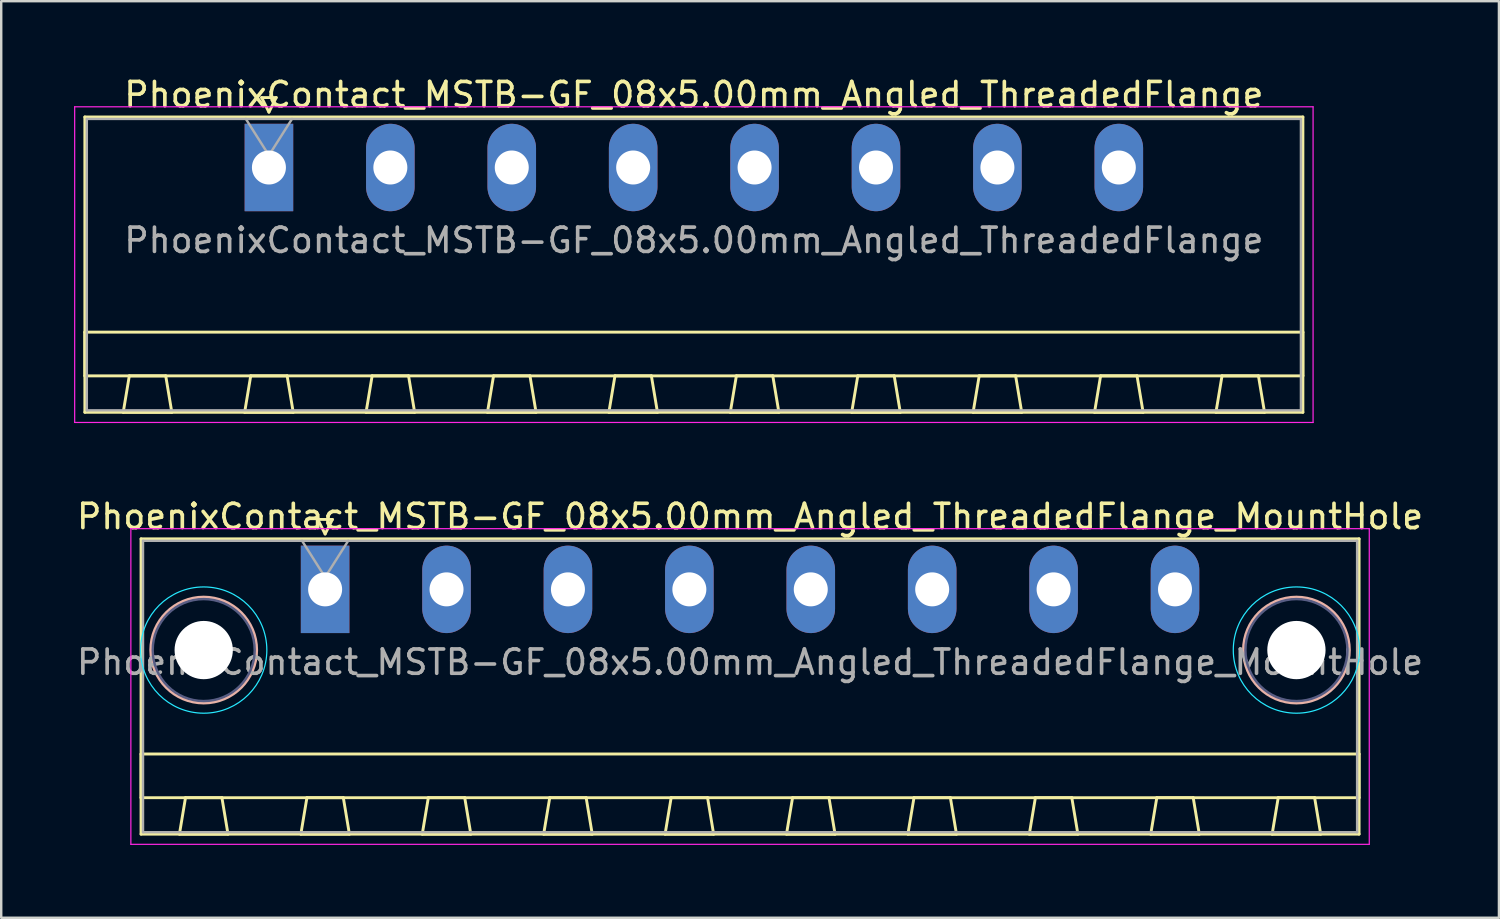
<source format=kicad_pcb>
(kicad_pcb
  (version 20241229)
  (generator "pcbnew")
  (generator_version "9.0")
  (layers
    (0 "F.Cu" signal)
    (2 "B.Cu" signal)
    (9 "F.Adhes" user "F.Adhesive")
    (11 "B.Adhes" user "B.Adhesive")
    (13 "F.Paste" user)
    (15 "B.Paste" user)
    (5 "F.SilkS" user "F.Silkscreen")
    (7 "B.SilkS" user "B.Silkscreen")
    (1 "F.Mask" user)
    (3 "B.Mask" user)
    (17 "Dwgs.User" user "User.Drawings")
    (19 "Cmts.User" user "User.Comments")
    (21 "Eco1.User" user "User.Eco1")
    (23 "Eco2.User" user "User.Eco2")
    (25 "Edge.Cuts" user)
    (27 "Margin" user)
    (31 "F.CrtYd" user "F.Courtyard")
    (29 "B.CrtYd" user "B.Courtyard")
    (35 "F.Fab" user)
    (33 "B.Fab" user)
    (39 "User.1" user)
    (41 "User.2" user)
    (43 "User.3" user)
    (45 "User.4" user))
  (footprint "PhoenixContact_MSTB-GF_08x5.00mm_Angled_ThreadedFlange"
    (layer "F.Cu")
    (at 8.025 3.848)
    (property "Reference" "PhoenixContact_MSTB-GF_08x5.00mm_Angled_ThreadedFlange" (at 17.5 -3 0) (layer "F.SilkS") (effects (font (size 1 1) (thickness 0.15))))
    (attr through_hole)
    (fp_line (start -7.58 -2.08) (end -7.58 10.08) (stroke (width 0.12) (type solid)) (layer "F.SilkS"))
    (fp_line (start -7.58 6.78) (end 42.58 6.78) (stroke (width 0.12) (type solid)) (layer "F.SilkS"))
    (fp_line (start -7.58 8.58) (end -7.58 6.78) (stroke (width 0.12) (type solid)) (layer "F.SilkS"))
    (fp_line (start -7.58 10.08) (end 42.58 10.08) (stroke (width 0.12) (type solid)) (layer "F.SilkS"))
    (fp_line (start -6 10.08) (end -4 10.08) (stroke (width 0.12) (type solid)) (layer "F.SilkS"))
    (fp_line (start -5.75 8.58) (end -6 10.08) (stroke (width 0.12) (type solid)) (layer "F.SilkS"))
    (fp_line (start -4.25 8.58) (end -5.75 8.58) (stroke (width 0.12) (type solid)) (layer "F.SilkS"))
    (fp_line (start -4 10.08) (end -4.25 8.58) (stroke (width 0.12) (type solid)) (layer "F.SilkS"))
    (fp_line (start -1 10.08) (end 1 10.08) (stroke (width 0.12) (type solid)) (layer "F.SilkS"))
    (fp_line (start -0.75 8.58) (end -1 10.08) (stroke (width 0.12) (type solid)) (layer "F.SilkS"))
    (fp_line (start -0.3 -2.88) (end 0.3 -2.88) (stroke (width 0.12) (type solid)) (layer "F.SilkS"))
    (fp_line (start 0 -2.28) (end -0.3 -2.88) (stroke (width 0.12) (type solid)) (layer "F.SilkS"))
    (fp_line (start 0.3 -2.88) (end 0 -2.28) (stroke (width 0.12) (type solid)) (layer "F.SilkS"))
    (fp_line (start 0.75 8.58) (end -0.75 8.58) (stroke (width 0.12) (type solid)) (layer "F.SilkS"))
    (fp_line (start 1 10.08) (end 0.75 8.58) (stroke (width 0.12) (type solid)) (layer "F.SilkS"))
    (fp_line (start 4 10.08) (end 6 10.08) (stroke (width 0.12) (type solid)) (layer "F.SilkS"))
    (fp_line (start 4.25 8.58) (end 4 10.08) (stroke (width 0.12) (type solid)) (layer "F.SilkS"))
    (fp_line (start 5.75 8.58) (end 4.25 8.58) (stroke (width 0.12) (type solid)) (layer "F.SilkS"))
    (fp_line (start 6 10.08) (end 5.75 8.58) (stroke (width 0.12) (type solid)) (layer "F.SilkS"))
    (fp_line (start 9 10.08) (end 11 10.08) (stroke (width 0.12) (type solid)) (layer "F.SilkS"))
    (fp_line (start 9.25 8.58) (end 9 10.08) (stroke (width 0.12) (type solid)) (layer "F.SilkS"))
    (fp_line (start 10.75 8.58) (end 9.25 8.58) (stroke (width 0.12) (type solid)) (layer "F.SilkS"))
    (fp_line (start 11 10.08) (end 10.75 8.58) (stroke (width 0.12) (type solid)) (layer "F.SilkS"))
    (fp_line (start 14 10.08) (end 16 10.08) (stroke (width 0.12) (type solid)) (layer "F.SilkS"))
    (fp_line (start 14.25 8.58) (end 14 10.08) (stroke (width 0.12) (type solid)) (layer "F.SilkS"))
    (fp_line (start 15.75 8.58) (end 14.25 8.58) (stroke (width 0.12) (type solid)) (layer "F.SilkS"))
    (fp_line (start 16 10.08) (end 15.75 8.58) (stroke (width 0.12) (type solid)) (layer "F.SilkS"))
    (fp_line (start 19 10.08) (end 21 10.08) (stroke (width 0.12) (type solid)) (layer "F.SilkS"))
    (fp_line (start 19.25 8.58) (end 19 10.08) (stroke (width 0.12) (type solid)) (layer "F.SilkS"))
    (fp_line (start 20.75 8.58) (end 19.25 8.58) (stroke (width 0.12) (type solid)) (layer "F.SilkS"))
    (fp_line (start 21 10.08) (end 20.75 8.58) (stroke (width 0.12) (type solid)) (layer "F.SilkS"))
    (fp_line (start 24 10.08) (end 26 10.08) (stroke (width 0.12) (type solid)) (layer "F.SilkS"))
    (fp_line (start 24.25 8.58) (end 24 10.08) (stroke (width 0.12) (type solid)) (layer "F.SilkS"))
    (fp_line (start 25.75 8.58) (end 24.25 8.58) (stroke (width 0.12) (type solid)) (layer "F.SilkS"))
    (fp_line (start 26 10.08) (end 25.75 8.58) (stroke (width 0.12) (type solid)) (layer "F.SilkS"))
    (fp_line (start 29 10.08) (end 31 10.08) (stroke (width 0.12) (type solid)) (layer "F.SilkS"))
    (fp_line (start 29.25 8.58) (end 29 10.08) (stroke (width 0.12) (type solid)) (layer "F.SilkS"))
    (fp_line (start 30.75 8.58) (end 29.25 8.58) (stroke (width 0.12) (type solid)) (layer "F.SilkS"))
    (fp_line (start 31 10.08) (end 30.75 8.58) (stroke (width 0.12) (type solid)) (layer "F.SilkS"))
    (fp_line (start 34 10.08) (end 36 10.08) (stroke (width 0.12) (type solid)) (layer "F.SilkS"))
    (fp_line (start 34.25 8.58) (end 34 10.08) (stroke (width 0.12) (type solid)) (layer "F.SilkS"))
    (fp_line (start 35.75 8.58) (end 34.25 8.58) (stroke (width 0.12) (type solid)) (layer "F.SilkS"))
    (fp_line (start 36 10.08) (end 35.75 8.58) (stroke (width 0.12) (type solid)) (layer "F.SilkS"))
    (fp_line (start 39 10.08) (end 41 10.08) (stroke (width 0.12) (type solid)) (layer "F.SilkS"))
    (fp_line (start 39.25 8.58) (end 39 10.08) (stroke (width 0.12) (type solid)) (layer "F.SilkS"))
    (fp_line (start 40.75 8.58) (end 39.25 8.58) (stroke (width 0.12) (type solid)) (layer "F.SilkS"))
    (fp_line (start 41 10.08) (end 40.75 8.58) (stroke (width 0.12) (type solid)) (layer "F.SilkS"))
    (fp_line (start 42.58 -2.08) (end -7.58 -2.08) (stroke (width 0.12) (type solid)) (layer "F.SilkS"))
    (fp_line (start 42.58 6.78) (end 42.58 8.58) (stroke (width 0.12) (type solid)) (layer "F.SilkS"))
    (fp_line (start 42.58 8.58) (end -7.58 8.58) (stroke (width 0.12) (type solid)) (layer "F.SilkS"))
    (fp_line (start 42.58 10.08) (end 42.58 -2.08) (stroke (width 0.12) (type solid)) (layer "F.SilkS"))
    (fp_line (start -8 -2.5) (end -8 10.5) (stroke (width 0.05) (type solid)) (layer "F.CrtYd"))
    (fp_line (start -8 10.5) (end 43 10.5) (stroke (width 0.05) (type solid)) (layer "F.CrtYd"))
    (fp_line (start 43 -2.5) (end -8 -2.5) (stroke (width 0.05) (type solid)) (layer "F.CrtYd"))
    (fp_line (start 43 10.5) (end 43 -2.5) (stroke (width 0.05) (type solid)) (layer "F.CrtYd"))
    (fp_line (start -7.5 -2) (end -7.5 10) (stroke (width 0.1) (type solid)) (layer "F.Fab"))
    (fp_line (start -7.5 10) (end 42.5 10) (stroke (width 0.1) (type solid)) (layer "F.Fab"))
    (fp_line (start 0 -0.5) (end -0.95 -2) (stroke (width 0.1) (type solid)) (layer "F.Fab"))
    (fp_line (start 0.95 -2) (end 0 -0.5) (stroke (width 0.1) (type solid)) (layer "F.Fab"))
    (fp_line (start 42.5 -2) (end -7.5 -2) (stroke (width 0.1) (type solid)) (layer "F.Fab"))
    (fp_line (start 42.5 10) (end 42.5 -2) (stroke (width 0.1) (type solid)) (layer "F.Fab"))
    (fp_text user "${REFERENCE}" (at 17.5 3 0) (layer "F.Fab") (effects (font (size 1 1) (thickness 0.15))))
    (pad "1" thru_hole rect (at 0 0) (size 2 3.6) (drill 1.4) (layers "*.Cu" "*.Mask"))
    (pad "2" thru_hole oval (at 5 0) (size 2 3.6) (drill 1.4) (layers "*.Cu" "*.Mask"))
    (pad "3" thru_hole oval (at 10 0) (size 2 3.6) (drill 1.4) (layers "*.Cu" "*.Mask"))
    (pad "4" thru_hole oval (at 15 0) (size 2 3.6) (drill 1.4) (layers "*.Cu" "*.Mask"))
    (pad "5" thru_hole oval (at 20 0) (size 2 3.6) (drill 1.4) (layers "*.Cu" "*.Mask"))
    (pad "6" thru_hole oval (at 25 0) (size 2 3.6) (drill 1.4) (layers "*.Cu" "*.Mask"))
    (pad "7" thru_hole oval (at 30 0) (size 2 3.6) (drill 1.4) (layers "*.Cu" "*.Mask"))
    (pad "8" thru_hole oval (at 35 0) (size 2 3.6) (drill 1.4) (layers "*.Cu" "*.Mask")))
  (footprint "PhoenixContact_MSTB-GF_08x5.00mm_Angled_ThreadedFlange_MountHole"
    (layer "F.Cu")
    (at 10.339 21.221)
    (property "Reference" "PhoenixContact_MSTB-GF_08x5.00mm_Angled_ThreadedFlange_MountHole" (at 17.5 -3 0) (layer "F.SilkS") (effects (font (size 1 1) (thickness 0.15))))
    (attr through_hole)
    (fp_line (start -7.58 -2.08) (end -7.58 10.08) (stroke (width 0.12) (type solid)) (layer "F.SilkS"))
    (fp_line (start -7.58 6.78) (end 42.58 6.78) (stroke (width 0.12) (type solid)) (layer "F.SilkS"))
    (fp_line (start -7.58 8.58) (end -7.58 6.78) (stroke (width 0.12) (type solid)) (layer "F.SilkS"))
    (fp_line (start -7.58 10.08) (end 42.58 10.08) (stroke (width 0.12) (type solid)) (layer "F.SilkS"))
    (fp_line (start -6 10.08) (end -4 10.08) (stroke (width 0.12) (type solid)) (layer "F.SilkS"))
    (fp_line (start -5.75 8.58) (end -6 10.08) (stroke (width 0.12) (type solid)) (layer "F.SilkS"))
    (fp_line (start -4.25 8.58) (end -5.75 8.58) (stroke (width 0.12) (type solid)) (layer "F.SilkS"))
    (fp_line (start -4 10.08) (end -4.25 8.58) (stroke (width 0.12) (type solid)) (layer "F.SilkS"))
    (fp_line (start -1 10.08) (end 1 10.08) (stroke (width 0.12) (type solid)) (layer "F.SilkS"))
    (fp_line (start -0.75 8.58) (end -1 10.08) (stroke (width 0.12) (type solid)) (layer "F.SilkS"))
    (fp_line (start -0.3 -2.88) (end 0.3 -2.88) (stroke (width 0.12) (type solid)) (layer "F.SilkS"))
    (fp_line (start 0 -2.28) (end -0.3 -2.88) (stroke (width 0.12) (type solid)) (layer "F.SilkS"))
    (fp_line (start 0.3 -2.88) (end 0 -2.28) (stroke (width 0.12) (type solid)) (layer "F.SilkS"))
    (fp_line (start 0.75 8.58) (end -0.75 8.58) (stroke (width 0.12) (type solid)) (layer "F.SilkS"))
    (fp_line (start 1 10.08) (end 0.75 8.58) (stroke (width 0.12) (type solid)) (layer "F.SilkS"))
    (fp_line (start 4 10.08) (end 6 10.08) (stroke (width 0.12) (type solid)) (layer "F.SilkS"))
    (fp_line (start 4.25 8.58) (end 4 10.08) (stroke (width 0.12) (type solid)) (layer "F.SilkS"))
    (fp_line (start 5.75 8.58) (end 4.25 8.58) (stroke (width 0.12) (type solid)) (layer "F.SilkS"))
    (fp_line (start 6 10.08) (end 5.75 8.58) (stroke (width 0.12) (type solid)) (layer "F.SilkS"))
    (fp_line (start 9 10.08) (end 11 10.08) (stroke (width 0.12) (type solid)) (layer "F.SilkS"))
    (fp_line (start 9.25 8.58) (end 9 10.08) (stroke (width 0.12) (type solid)) (layer "F.SilkS"))
    (fp_line (start 10.75 8.58) (end 9.25 8.58) (stroke (width 0.12) (type solid)) (layer "F.SilkS"))
    (fp_line (start 11 10.08) (end 10.75 8.58) (stroke (width 0.12) (type solid)) (layer "F.SilkS"))
    (fp_line (start 14 10.08) (end 16 10.08) (stroke (width 0.12) (type solid)) (layer "F.SilkS"))
    (fp_line (start 14.25 8.58) (end 14 10.08) (stroke (width 0.12) (type solid)) (layer "F.SilkS"))
    (fp_line (start 15.75 8.58) (end 14.25 8.58) (stroke (width 0.12) (type solid)) (layer "F.SilkS"))
    (fp_line (start 16 10.08) (end 15.75 8.58) (stroke (width 0.12) (type solid)) (layer "F.SilkS"))
    (fp_line (start 19 10.08) (end 21 10.08) (stroke (width 0.12) (type solid)) (layer "F.SilkS"))
    (fp_line (start 19.25 8.58) (end 19 10.08) (stroke (width 0.12) (type solid)) (layer "F.SilkS"))
    (fp_line (start 20.75 8.58) (end 19.25 8.58) (stroke (width 0.12) (type solid)) (layer "F.SilkS"))
    (fp_line (start 21 10.08) (end 20.75 8.58) (stroke (width 0.12) (type solid)) (layer "F.SilkS"))
    (fp_line (start 24 10.08) (end 26 10.08) (stroke (width 0.12) (type solid)) (layer "F.SilkS"))
    (fp_line (start 24.25 8.58) (end 24 10.08) (stroke (width 0.12) (type solid)) (layer "F.SilkS"))
    (fp_line (start 25.75 8.58) (end 24.25 8.58) (stroke (width 0.12) (type solid)) (layer "F.SilkS"))
    (fp_line (start 26 10.08) (end 25.75 8.58) (stroke (width 0.12) (type solid)) (layer "F.SilkS"))
    (fp_line (start 29 10.08) (end 31 10.08) (stroke (width 0.12) (type solid)) (layer "F.SilkS"))
    (fp_line (start 29.25 8.58) (end 29 10.08) (stroke (width 0.12) (type solid)) (layer "F.SilkS"))
    (fp_line (start 30.75 8.58) (end 29.25 8.58) (stroke (width 0.12) (type solid)) (layer "F.SilkS"))
    (fp_line (start 31 10.08) (end 30.75 8.58) (stroke (width 0.12) (type solid)) (layer "F.SilkS"))
    (fp_line (start 34 10.08) (end 36 10.08) (stroke (width 0.12) (type solid)) (layer "F.SilkS"))
    (fp_line (start 34.25 8.58) (end 34 10.08) (stroke (width 0.12) (type solid)) (layer "F.SilkS"))
    (fp_line (start 35.75 8.58) (end 34.25 8.58) (stroke (width 0.12) (type solid)) (layer "F.SilkS"))
    (fp_line (start 36 10.08) (end 35.75 8.58) (stroke (width 0.12) (type solid)) (layer "F.SilkS"))
    (fp_line (start 39 10.08) (end 41 10.08) (stroke (width 0.12) (type solid)) (layer "F.SilkS"))
    (fp_line (start 39.25 8.58) (end 39 10.08) (stroke (width 0.12) (type solid)) (layer "F.SilkS"))
    (fp_line (start 40.75 8.58) (end 39.25 8.58) (stroke (width 0.12) (type solid)) (layer "F.SilkS"))
    (fp_line (start 41 10.08) (end 40.75 8.58) (stroke (width 0.12) (type solid)) (layer "F.SilkS"))
    (fp_line (start 42.58 -2.08) (end -7.58 -2.08) (stroke (width 0.12) (type solid)) (layer "F.SilkS"))
    (fp_line (start 42.58 6.78) (end 42.58 8.58) (stroke (width 0.12) (type solid)) (layer "F.SilkS"))
    (fp_line (start 42.58 8.58) (end -7.58 8.58) (stroke (width 0.12) (type solid)) (layer "F.SilkS"))
    (fp_line (start 42.58 10.08) (end 42.58 -2.08) (stroke (width 0.12) (type solid)) (layer "F.SilkS"))
    (fp_circle (center -5 2.5) (end -2.82 2.5) (stroke (width 0.12) (type solid)) (fill no) (layer "B.SilkS"))
    (fp_circle (center 40 2.5) (end 42.18 2.5) (stroke (width 0.12) (type solid)) (fill no) (layer "B.SilkS"))
    (fp_circle (center -5 2.5) (end -2.4 2.5) (stroke (width 0.05) (type solid)) (fill no) (layer "B.CrtYd"))
    (fp_circle (center 40 2.5) (end 42.6 2.5) (stroke (width 0.05) (type solid)) (fill no) (layer "B.CrtYd"))
    (fp_line (start -8 -2.5) (end -8 10.5) (stroke (width 0.05) (type solid)) (layer "F.CrtYd"))
    (fp_line (start -8 10.5) (end 43 10.5) (stroke (width 0.05) (type solid)) (layer "F.CrtYd"))
    (fp_line (start 43 -2.5) (end -8 -2.5) (stroke (width 0.05) (type solid)) (layer "F.CrtYd"))
    (fp_line (start 43 10.5) (end 43 -2.5) (stroke (width 0.05) (type solid)) (layer "F.CrtYd"))
    (fp_circle (center -5 2.5) (end -2.9 2.5) (stroke (width 0.1) (type solid)) (fill no) (layer "B.Fab"))
    (fp_circle (center 40 2.5) (end 42.1 2.5) (stroke (width 0.1) (type solid)) (fill no) (layer "B.Fab"))
    (fp_line (start -7.5 -2) (end -7.5 10) (stroke (width 0.1) (type solid)) (layer "F.Fab"))
    (fp_line (start -7.5 10) (end 42.5 10) (stroke (width 0.1) (type solid)) (layer "F.Fab"))
    (fp_line (start 0 -0.5) (end -0.95 -2) (stroke (width 0.1) (type solid)) (layer "F.Fab"))
    (fp_line (start 0.95 -2) (end 0 -0.5) (stroke (width 0.1) (type solid)) (layer "F.Fab"))
    (fp_line (start 42.5 -2) (end -7.5 -2) (stroke (width 0.1) (type solid)) (layer "F.Fab"))
    (fp_line (start 42.5 10) (end 42.5 -2) (stroke (width 0.1) (type solid)) (layer "F.Fab"))
    (fp_text user "${REFERENCE}" (at 17.5 3 0) (layer "F.Fab") (effects (font (size 1 1) (thickness 0.15))))
    (pad "" np_thru_hole circle (at -5 2.5) (size 2.4 2.4) (drill 2.4) (layers "*.Cu" "*.Mask"))
    (pad "" np_thru_hole circle (at 40 2.5) (size 2.4 2.4) (drill 2.4) (layers "*.Cu" "*.Mask"))
    (pad "1" thru_hole rect (at 0 0) (size 2 3.6) (drill 1.4) (layers "*.Cu" "*.Mask"))
    (pad "2" thru_hole oval (at 5 0) (size 2 3.6) (drill 1.4) (layers "*.Cu" "*.Mask"))
    (pad "3" thru_hole oval (at 10 0) (size 2 3.6) (drill 1.4) (layers "*.Cu" "*.Mask"))
    (pad "4" thru_hole oval (at 15 0) (size 2 3.6) (drill 1.4) (layers "*.Cu" "*.Mask"))
    (pad "5" thru_hole oval (at 20 0) (size 2 3.6) (drill 1.4) (layers "*.Cu" "*.Mask"))
    (pad "6" thru_hole oval (at 25 0) (size 2 3.6) (drill 1.4) (layers "*.Cu" "*.Mask"))
    (pad "7" thru_hole oval (at 30 0) (size 2 3.6) (drill 1.4) (layers "*.Cu" "*.Mask"))
    (pad "8" thru_hole oval (at 35 0) (size 2 3.6) (drill 1.4) (layers "*.Cu" "*.Mask")))
  (gr_rect
    (start -3 -3)
    (end 58.679 34.746)
    (stroke (width 0.1) (type default))
    (fill no)
    (layer "Edge.Cuts")))
</source>
